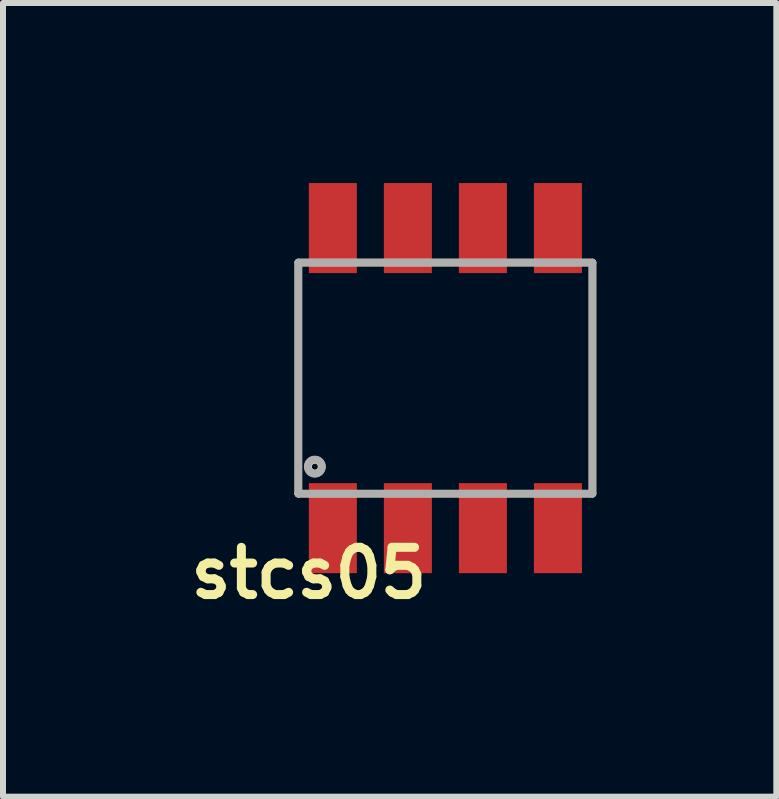
<source format=kicad_pcb>
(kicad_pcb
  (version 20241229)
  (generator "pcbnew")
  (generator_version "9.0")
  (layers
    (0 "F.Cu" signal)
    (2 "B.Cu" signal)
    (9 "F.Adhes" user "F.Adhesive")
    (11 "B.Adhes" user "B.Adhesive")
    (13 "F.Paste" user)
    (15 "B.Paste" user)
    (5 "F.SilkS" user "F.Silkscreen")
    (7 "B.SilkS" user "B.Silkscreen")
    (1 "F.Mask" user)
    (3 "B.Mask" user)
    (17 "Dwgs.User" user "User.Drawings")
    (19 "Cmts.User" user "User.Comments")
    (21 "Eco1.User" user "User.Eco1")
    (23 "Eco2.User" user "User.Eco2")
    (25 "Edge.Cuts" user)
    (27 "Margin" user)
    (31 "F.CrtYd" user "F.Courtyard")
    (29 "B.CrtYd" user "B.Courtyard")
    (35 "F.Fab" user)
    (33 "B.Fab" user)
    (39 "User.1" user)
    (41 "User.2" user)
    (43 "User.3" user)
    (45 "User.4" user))
  (footprint "stcs05"
    (layer "F.Cu")
    (at 2.096 6.5)
    (property "Reference" "stcs05" (at 0 0 0) (layer "F.SilkS") (effects (font (size 0.787 0.787) (thickness 0.15))))
    (attr smd)
    (fp_line (start -0.175 -5.175) (end 4.725 -5.175) (stroke (width 0.127) (type solid)) (layer "F.SilkS"))
    (fp_line (start -0.175 -1.325) (end -0.175 -5.175) (stroke (width 0.127) (type solid)) (layer "F.SilkS"))
    (fp_line (start 4.725 -5.175) (end 4.725 -1.325) (stroke (width 0.127) (type solid)) (layer "F.SilkS"))
    (fp_line (start 4.725 -1.325) (end -0.175 -1.325) (stroke (width 0.127) (type solid)) (layer "F.SilkS"))
    (fp_circle (center 0.1 -1.775) (end 0.15 -1.775) (stroke (width 0.127) (type solid)) (fill no) (layer "F.SilkS"))
    (fp_line (start -0.175 -5.175) (end 4.725 -5.175) (stroke (width 0.127) (type solid)) (layer "F.Fab"))
    (fp_line (start -0.175 -1.325) (end -0.175 -5.175) (stroke (width 0.127) (type solid)) (layer "F.Fab"))
    (fp_line (start 4.725 -5.175) (end 4.725 -1.325) (stroke (width 0.127) (type solid)) (layer "F.Fab"))
    (fp_line (start 4.725 -1.325) (end -0.175 -1.325) (stroke (width 0.127) (type solid)) (layer "F.Fab"))
    (fp_circle (center 0.1 -1.775) (end 0.156 -1.775) (stroke (width 0.127) (type solid)) (fill no) (layer "F.Fab"))
    (pad "1" smd rect (at 0.4 -0.75 90) (size 1.5 0.8) (layers "F.Cu" "F.Mask" "F.Paste"))
    (pad "2" smd rect (at 1.65 -0.75 90) (size 1.5 0.8) (layers "F.Cu" "F.Mask" "F.Paste"))
    (pad "3" smd rect (at 2.9 -0.75 90) (size 1.5 0.8) (layers "F.Cu" "F.Mask" "F.Paste"))
    (pad "4" smd rect (at 4.15 -0.75 90) (size 1.5 0.8) (layers "F.Cu" "F.Mask" "F.Paste"))
    (pad "5" smd rect (at 4.15 -5.75 90) (size 1.5 0.8) (layers "F.Cu" "F.Mask" "F.Paste"))
    (pad "6" smd rect (at 2.9 -5.75 90) (size 1.5 0.8) (layers "F.Cu" "F.Mask" "F.Paste"))
    (pad "7" smd rect (at 1.65 -5.75 90) (size 1.5 0.8) (layers "F.Cu" "F.Mask" "F.Paste"))
    (pad "8" smd rect (at 0.4 -5.75 90) (size 1.5 0.8) (layers "F.Cu" "F.Mask" "F.Paste")))
  (gr_rect
    (start -3 -3)
    (end 9.885 10.224)
    (stroke (width 0.1) (type default))
    (fill no)
    (layer "Edge.Cuts")))
</source>
